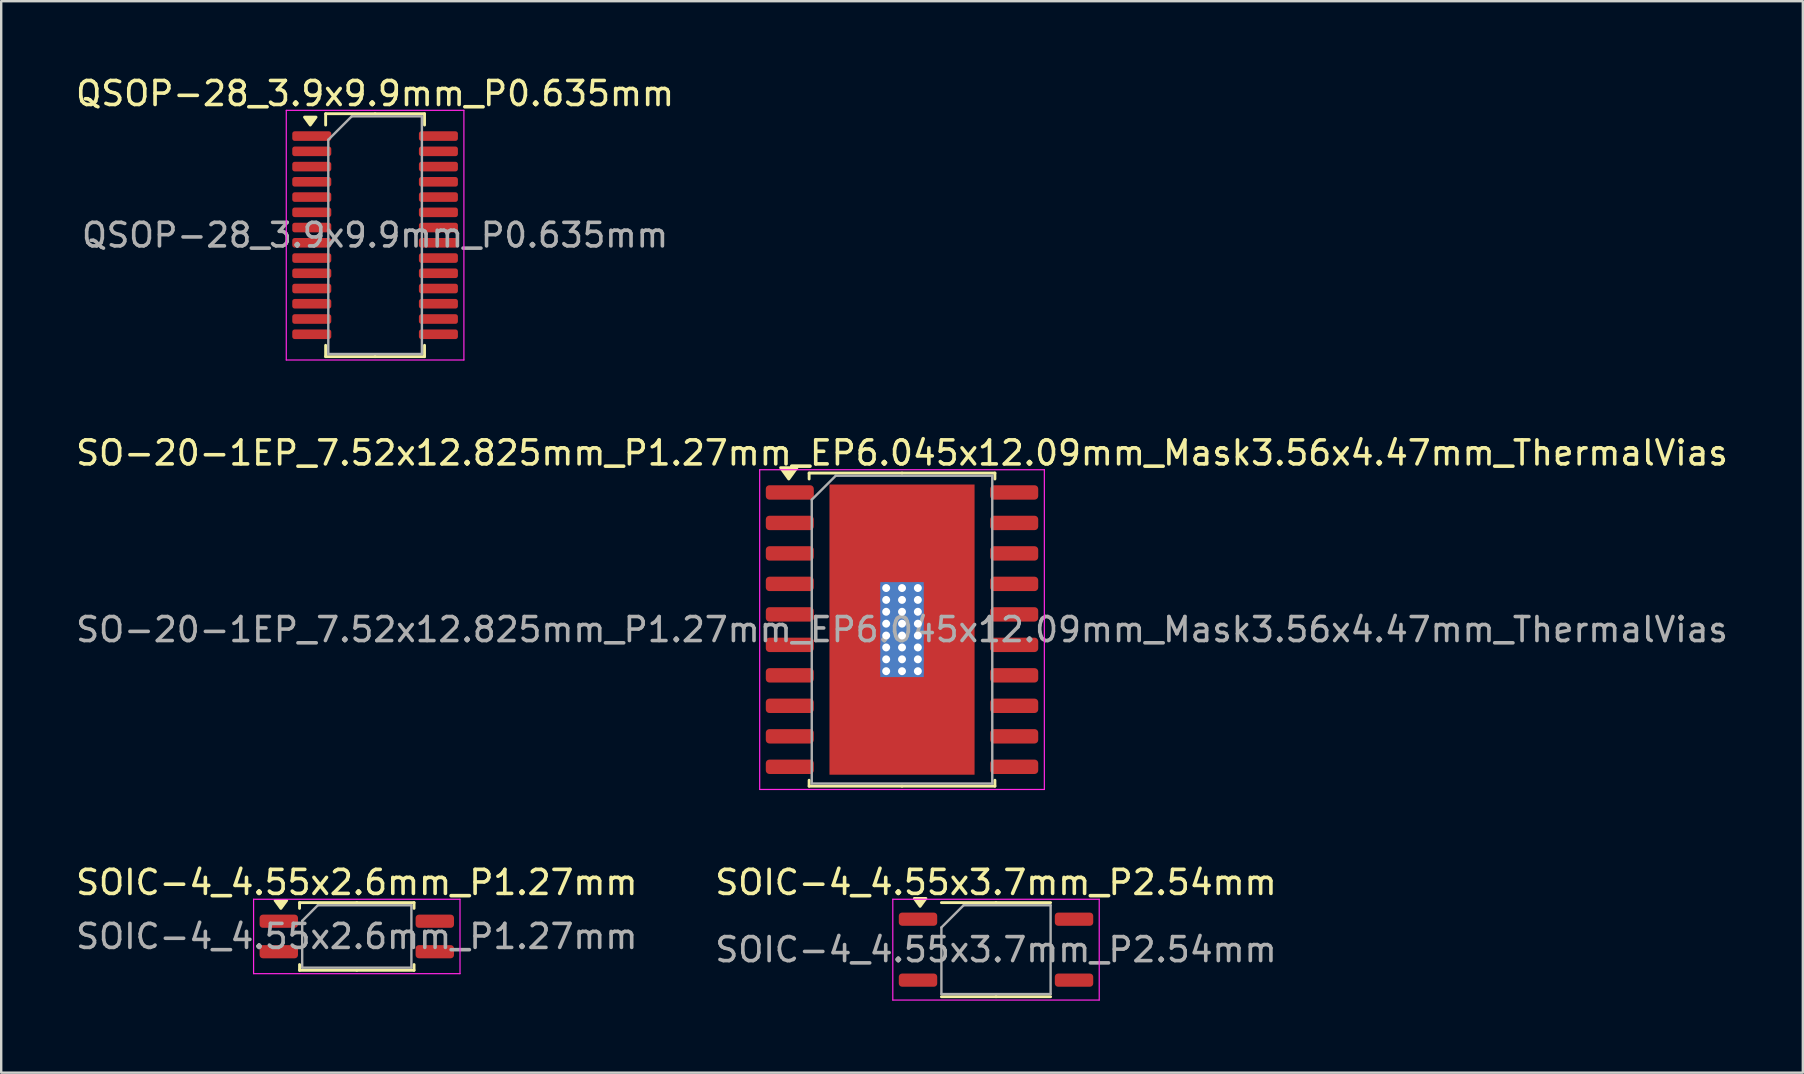
<source format=kicad_pcb>
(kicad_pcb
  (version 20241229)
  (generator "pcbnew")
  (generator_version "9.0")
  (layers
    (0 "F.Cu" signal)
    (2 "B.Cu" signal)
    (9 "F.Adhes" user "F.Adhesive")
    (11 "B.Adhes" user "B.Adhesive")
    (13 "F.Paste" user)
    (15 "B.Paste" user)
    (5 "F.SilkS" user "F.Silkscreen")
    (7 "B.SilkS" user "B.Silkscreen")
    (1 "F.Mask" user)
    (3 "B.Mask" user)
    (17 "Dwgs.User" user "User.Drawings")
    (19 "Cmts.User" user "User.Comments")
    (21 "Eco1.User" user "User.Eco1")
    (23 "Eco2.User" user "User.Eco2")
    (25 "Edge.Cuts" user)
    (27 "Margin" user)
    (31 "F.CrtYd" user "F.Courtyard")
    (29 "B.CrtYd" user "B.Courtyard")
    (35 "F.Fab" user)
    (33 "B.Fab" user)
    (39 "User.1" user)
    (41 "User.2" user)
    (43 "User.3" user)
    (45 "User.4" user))
  (footprint "SOIC-4_4.55x2.6mm_P1.27mm"
    (layer "F.Cu")
    (at 11.815 35.965)
    (property "Reference" "SOIC-4_4.55x2.6mm_P1.27mm" (at 0 -2.25 0) (layer "F.SilkS") (effects (font (size 1 1) (thickness 0.15))))
    (attr smd)
    (fp_line (start -2.385 -1.41) (end -2.385 -1.17) (stroke (width 0.12) (type solid)) (layer "F.SilkS"))
    (fp_line (start -2.385 1.41) (end -2.385 1.17) (stroke (width 0.12) (type solid)) (layer "F.SilkS"))
    (fp_line (start 0 -1.41) (end -2.385 -1.41) (stroke (width 0.12) (type solid)) (layer "F.SilkS"))
    (fp_line (start 0 -1.41) (end 2.385 -1.41) (stroke (width 0.12) (type solid)) (layer "F.SilkS"))
    (fp_line (start 0 1.41) (end -2.385 1.41) (stroke (width 0.12) (type solid)) (layer "F.SilkS"))
    (fp_line (start 0 1.41) (end 2.385 1.41) (stroke (width 0.12) (type solid)) (layer "F.SilkS"))
    (fp_line (start 2.385 -1.41) (end 2.385 -1.17) (stroke (width 0.12) (type solid)) (layer "F.SilkS"))
    (fp_line (start 2.385 1.41) (end 2.385 1.17) (stroke (width 0.12) (type solid)) (layer "F.SilkS"))
    (fp_poly (pts (xy -3.163 -1.17) (xy -3.402 -1.5) (xy -2.922 -1.5) (xy -3.163 -1.17)) (stroke (width 0.12) (type solid)) (fill yes) (layer "F.SilkS"))
    (fp_line (start -4.3 -1.55) (end -4.3 1.55) (stroke (width 0.05) (type solid)) (layer "F.CrtYd"))
    (fp_line (start -4.3 1.55) (end 4.3 1.55) (stroke (width 0.05) (type solid)) (layer "F.CrtYd"))
    (fp_line (start 4.3 -1.55) (end -4.3 -1.55) (stroke (width 0.05) (type solid)) (layer "F.CrtYd"))
    (fp_line (start 4.3 1.55) (end 4.3 -1.55) (stroke (width 0.05) (type solid)) (layer "F.CrtYd"))
    (fp_line (start -2.275 -0.65) (end -1.625 -1.3) (stroke (width 0.1) (type solid)) (layer "F.Fab"))
    (fp_line (start -2.275 1.3) (end -2.275 -0.65) (stroke (width 0.1) (type solid)) (layer "F.Fab"))
    (fp_line (start -1.625 -1.3) (end 2.275 -1.3) (stroke (width 0.1) (type solid)) (layer "F.Fab"))
    (fp_line (start 2.275 -1.3) (end 2.275 1.3) (stroke (width 0.1) (type solid)) (layer "F.Fab"))
    (fp_line (start 2.275 1.3) (end -2.275 1.3) (stroke (width 0.1) (type solid)) (layer "F.Fab"))
    (fp_text user "${REFERENCE}" (at 0 0 0) (layer "F.Fab") (effects (font (size 1 1) (thickness 0.15))))
    (pad "1" smd roundrect (at -3.25 -0.635) (size 1.6 0.55) (layers "F.Cu" "F.Mask" "F.Paste") (roundrect_rratio 0.25))
    (pad "2" smd roundrect (at -3.25 0.635) (size 1.6 0.55) (layers "F.Cu" "F.Mask" "F.Paste") (roundrect_rratio 0.25))
    (pad "3" smd roundrect (at 3.25 0.635) (size 1.6 0.55) (layers "F.Cu" "F.Mask" "F.Paste") (roundrect_rratio 0.25))
    (pad "4" smd roundrect (at 3.25 -0.635) (size 1.6 0.55) (layers "F.Cu" "F.Mask" "F.Paste") (roundrect_rratio 0.25)))
  (footprint "SO-20-1EP_7.52x12.825mm_P1.27mm_EP6.045x12.09mm_Mask3.56x4.47mm_ThermalVias"
    (layer "F.Cu")
    (at 34.53 23.181)
    (property "Reference" "SO-20-1EP_7.52x12.825mm_P1.27mm_EP6.045x12.09mm_Mask3.56x4.47mm_ThermalVias" (at 0 -7.36 0) (layer "F.SilkS") (effects (font (size 1 1) (thickness 0.15))))
    (attr smd)
    (fp_line (start -3.87 -6.522) (end -3.87 -6.275) (stroke (width 0.12) (type solid)) (layer "F.SilkS"))
    (fp_line (start -3.87 6.522) (end -3.87 6.275) (stroke (width 0.12) (type solid)) (layer "F.SilkS"))
    (fp_line (start 0 -6.522) (end -3.87 -6.522) (stroke (width 0.12) (type solid)) (layer "F.SilkS"))
    (fp_line (start 0 -6.522) (end 3.87 -6.522) (stroke (width 0.12) (type solid)) (layer "F.SilkS"))
    (fp_line (start 0 6.522) (end -3.87 6.522) (stroke (width 0.12) (type solid)) (layer "F.SilkS"))
    (fp_line (start 0 6.522) (end 3.87 6.522) (stroke (width 0.12) (type solid)) (layer "F.SilkS"))
    (fp_line (start 3.87 -6.522) (end 3.87 -6.275) (stroke (width 0.12) (type solid)) (layer "F.SilkS"))
    (fp_line (start 3.87 6.522) (end 3.87 6.275) (stroke (width 0.12) (type solid)) (layer "F.SilkS"))
    (fp_poly (pts (xy -4.718 -6.275) (xy -5.058 -6.745) (xy -4.378 -6.745) (xy -4.718 -6.275)) (stroke (width 0.12) (type solid)) (fill yes) (layer "F.SilkS"))
    (fp_line (start -5.93 -6.66) (end -5.93 6.66) (stroke (width 0.05) (type solid)) (layer "F.CrtYd"))
    (fp_line (start -5.93 6.66) (end 5.93 6.66) (stroke (width 0.05) (type solid)) (layer "F.CrtYd"))
    (fp_line (start 5.93 -6.66) (end -5.93 -6.66) (stroke (width 0.05) (type solid)) (layer "F.CrtYd"))
    (fp_line (start 5.93 6.66) (end 5.93 -6.66) (stroke (width 0.05) (type solid)) (layer "F.CrtYd"))
    (fp_line (start -3.76 -5.412) (end -2.76 -6.412) (stroke (width 0.1) (type solid)) (layer "F.Fab"))
    (fp_line (start -3.76 6.412) (end -3.76 -5.412) (stroke (width 0.1) (type solid)) (layer "F.Fab"))
    (fp_line (start -2.76 -6.412) (end 3.76 -6.412) (stroke (width 0.1) (type solid)) (layer "F.Fab"))
    (fp_line (start 3.76 -6.412) (end 3.76 6.412) (stroke (width 0.1) (type solid)) (layer "F.Fab"))
    (fp_line (start 3.76 6.412) (end -3.76 6.412) (stroke (width 0.1) (type solid)) (layer "F.Fab"))
    (fp_text user "${REFERENCE}" (at 0 0 0) (layer "F.Fab") (effects (font (size 1 1) (thickness 0.15))))
    (pad "" smd roundrect (at -0.89 -1.115) (size 1.54 1.94) (layers "F.Paste") (roundrect_rratio 0.162))
    (pad "" smd roundrect (at -0.89 1.115) (size 1.54 1.94) (layers "F.Paste") (roundrect_rratio 0.162))
    (pad "" smd rect (at 0 0) (size 3.56 4.47) (layers "F.Mask"))
    (pad "" smd roundrect (at 0.89 -1.115) (size 1.54 1.94) (layers "F.Paste") (roundrect_rratio 0.162))
    (pad "" smd roundrect (at 0.89 1.115) (size 1.54 1.94) (layers "F.Paste") (roundrect_rratio 0.162))
    (pad "1" smd roundrect (at -4.675 -5.715) (size 2 0.6) (layers "F.Cu" "F.Mask" "F.Paste") (roundrect_rratio 0.25))
    (pad "2" smd roundrect (at -4.675 -4.445) (size 2 0.6) (layers "F.Cu" "F.Mask" "F.Paste") (roundrect_rratio 0.25))
    (pad "3" smd roundrect (at -4.675 -3.175) (size 2 0.6) (layers "F.Cu" "F.Mask" "F.Paste") (roundrect_rratio 0.25))
    (pad "4" smd roundrect (at -4.675 -1.905) (size 2 0.6) (layers "F.Cu" "F.Mask" "F.Paste") (roundrect_rratio 0.25))
    (pad "5" smd roundrect (at -4.675 -0.635) (size 2 0.6) (layers "F.Cu" "F.Mask" "F.Paste") (roundrect_rratio 0.25))
    (pad "6" smd roundrect (at -4.675 0.635) (size 2 0.6) (layers "F.Cu" "F.Mask" "F.Paste") (roundrect_rratio 0.25))
    (pad "7" smd roundrect (at -4.675 1.905) (size 2 0.6) (layers "F.Cu" "F.Mask" "F.Paste") (roundrect_rratio 0.25))
    (pad "8" smd roundrect (at -4.675 3.175) (size 2 0.6) (layers "F.Cu" "F.Mask" "F.Paste") (roundrect_rratio 0.25))
    (pad "9" smd roundrect (at -4.675 4.445) (size 2 0.6) (layers "F.Cu" "F.Mask" "F.Paste") (roundrect_rratio 0.25))
    (pad "10" smd roundrect (at -4.675 5.715) (size 2 0.6) (layers "F.Cu" "F.Mask" "F.Paste") (roundrect_rratio 0.25))
    (pad "11" smd roundrect (at 4.675 5.715) (size 2 0.6) (layers "F.Cu" "F.Mask" "F.Paste") (roundrect_rratio 0.25))
    (pad "12" smd roundrect (at 4.675 4.445) (size 2 0.6) (layers "F.Cu" "F.Mask" "F.Paste") (roundrect_rratio 0.25))
    (pad "13" smd roundrect (at 4.675 3.175) (size 2 0.6) (layers "F.Cu" "F.Mask" "F.Paste") (roundrect_rratio 0.25))
    (pad "14" smd roundrect (at 4.675 1.905) (size 2 0.6) (layers "F.Cu" "F.Mask" "F.Paste") (roundrect_rratio 0.25))
    (pad "15" smd roundrect (at 4.675 0.635) (size 2 0.6) (layers "F.Cu" "F.Mask" "F.Paste") (roundrect_rratio 0.25))
    (pad "16" smd roundrect (at 4.675 -0.635) (size 2 0.6) (layers "F.Cu" "F.Mask" "F.Paste") (roundrect_rratio 0.25))
    (pad "17" smd roundrect (at 4.675 -1.905) (size 2 0.6) (layers "F.Cu" "F.Mask" "F.Paste") (roundrect_rratio 0.25))
    (pad "18" smd roundrect (at 4.675 -3.175) (size 2 0.6) (layers "F.Cu" "F.Mask" "F.Paste") (roundrect_rratio 0.25))
    (pad "19" smd roundrect (at 4.675 -4.445) (size 2 0.6) (layers "F.Cu" "F.Mask" "F.Paste") (roundrect_rratio 0.25))
    (pad "20" smd roundrect (at 4.675 -5.715) (size 2 0.6) (layers "F.Cu" "F.Mask" "F.Paste") (roundrect_rratio 0.25))
    (pad "21" thru_hole circle (at -0.66 -1.732) (size 0.49 0.49) (drill 0.33) (property pad_prop_heatsink) (layers "*.Cu"))
    (pad "21" thru_hole circle (at -0.66 -1.238) (size 0.49 0.49) (drill 0.33) (property pad_prop_heatsink) (layers "*.Cu"))
    (pad "21" thru_hole circle (at -0.66 -0.743) (size 0.49 0.49) (drill 0.33) (property pad_prop_heatsink) (layers "*.Cu"))
    (pad "21" thru_hole circle (at -0.66 -0.247) (size 0.49 0.49) (drill 0.33) (property pad_prop_heatsink) (layers "*.Cu"))
    (pad "21" thru_hole circle (at -0.66 0.247) (size 0.49 0.49) (drill 0.33) (property pad_prop_heatsink) (layers "*.Cu"))
    (pad "21" thru_hole circle (at -0.66 0.743) (size 0.49 0.49) (drill 0.33) (property pad_prop_heatsink) (layers "*.Cu"))
    (pad "21" thru_hole circle (at -0.66 1.238) (size 0.49 0.49) (drill 0.33) (property pad_prop_heatsink) (layers "*.Cu"))
    (pad "21" thru_hole circle (at -0.66 1.732) (size 0.49 0.49) (drill 0.33) (property pad_prop_heatsink) (layers "*.Cu"))
    (pad "21" thru_hole circle (at 0 -1.732) (size 0.49 0.49) (drill 0.33) (property pad_prop_heatsink) (layers "*.Cu"))
    (pad "21" thru_hole circle (at 0 -1.238) (size 0.49 0.49) (drill 0.33) (property pad_prop_heatsink) (layers "*.Cu"))
    (pad "21" thru_hole circle (at 0 -0.743) (size 0.49 0.49) (drill 0.33) (property pad_prop_heatsink) (layers "*.Cu"))
    (pad "21" thru_hole circle (at 0 -0.247) (size 0.49 0.49) (drill 0.33) (property pad_prop_heatsink) (layers "*.Cu"))
    (pad "21" smd rect (at 0 0) (size 1.81 3.955) (property pad_prop_heatsink) (layers "B.Cu"))
    (pad "21" smd rect (at 0 0) (size 6.045 12.09) (property pad_prop_heatsink) (layers "F.Cu"))
    (pad "21" thru_hole circle (at 0 0.247) (size 0.49 0.49) (drill 0.33) (property pad_prop_heatsink) (layers "*.Cu"))
    (pad "21" thru_hole circle (at 0 0.743) (size 0.49 0.49) (drill 0.33) (property pad_prop_heatsink) (layers "*.Cu"))
    (pad "21" thru_hole circle (at 0 1.238) (size 0.49 0.49) (drill 0.33) (property pad_prop_heatsink) (layers "*.Cu"))
    (pad "21" thru_hole circle (at 0 1.732) (size 0.49 0.49) (drill 0.33) (property pad_prop_heatsink) (layers "*.Cu"))
    (pad "21" thru_hole circle (at 0.66 -1.732) (size 0.49 0.49) (drill 0.33) (property pad_prop_heatsink) (layers "*.Cu"))
    (pad "21" thru_hole circle (at 0.66 -1.238) (size 0.49 0.49) (drill 0.33) (property pad_prop_heatsink) (layers "*.Cu"))
    (pad "21" thru_hole circle (at 0.66 -0.743) (size 0.49 0.49) (drill 0.33) (property pad_prop_heatsink) (layers "*.Cu"))
    (pad "21" thru_hole circle (at 0.66 -0.247) (size 0.49 0.49) (drill 0.33) (property pad_prop_heatsink) (layers "*.Cu"))
    (pad "21" thru_hole circle (at 0.66 0.247) (size 0.49 0.49) (drill 0.33) (property pad_prop_heatsink) (layers "*.Cu"))
    (pad "21" thru_hole circle (at 0.66 0.743) (size 0.49 0.49) (drill 0.33) (property pad_prop_heatsink) (layers "*.Cu"))
    (pad "21" thru_hole circle (at 0.66 1.238) (size 0.49 0.49) (drill 0.33) (property pad_prop_heatsink) (layers "*.Cu"))
    (pad "21" thru_hole circle (at 0.66 1.732) (size 0.49 0.49) (drill 0.33) (property pad_prop_heatsink) (layers "*.Cu")))
  (footprint "SOIC-4_4.55x3.7mm_P2.54mm"
    (layer "F.Cu")
    (at 38.446 36.515)
    (property "Reference" "SOIC-4_4.55x3.7mm_P2.54mm" (at 0 -2.8 0) (layer "F.SilkS") (effects (font (size 1 1) (thickness 0.15))))
    (attr smd)
    (fp_line (start 0 -1.96) (end -2.275 -1.96) (stroke (width 0.12) (type solid)) (layer "F.SilkS"))
    (fp_line (start 0 -1.96) (end 2.275 -1.96) (stroke (width 0.12) (type solid)) (layer "F.SilkS"))
    (fp_line (start 0 1.96) (end -2.275 1.96) (stroke (width 0.12) (type solid)) (layer "F.SilkS"))
    (fp_line (start 0 1.96) (end 2.275 1.96) (stroke (width 0.12) (type solid)) (layer "F.SilkS"))
    (fp_poly (pts (xy -3.163 -1.805) (xy -3.402 -2.135) (xy -2.922 -2.135) (xy -3.163 -1.805)) (stroke (width 0.12) (type solid)) (fill yes) (layer "F.SilkS"))
    (fp_line (start -4.3 -2.1) (end -4.3 2.1) (stroke (width 0.05) (type solid)) (layer "F.CrtYd"))
    (fp_line (start -4.3 2.1) (end 4.3 2.1) (stroke (width 0.05) (type solid)) (layer "F.CrtYd"))
    (fp_line (start 4.3 -2.1) (end -4.3 -2.1) (stroke (width 0.05) (type solid)) (layer "F.CrtYd"))
    (fp_line (start 4.3 2.1) (end 4.3 -2.1) (stroke (width 0.05) (type solid)) (layer "F.CrtYd"))
    (fp_line (start -2.275 -0.925) (end -1.35 -1.85) (stroke (width 0.1) (type solid)) (layer "F.Fab"))
    (fp_line (start -2.275 1.85) (end -2.275 -0.925) (stroke (width 0.1) (type solid)) (layer "F.Fab"))
    (fp_line (start -1.35 -1.85) (end 2.275 -1.85) (stroke (width 0.1) (type solid)) (layer "F.Fab"))
    (fp_line (start 2.275 -1.85) (end 2.275 1.85) (stroke (width 0.1) (type solid)) (layer "F.Fab"))
    (fp_line (start 2.275 1.85) (end -2.275 1.85) (stroke (width 0.1) (type solid)) (layer "F.Fab"))
    (fp_text user "${REFERENCE}" (at 0 0 0) (layer "F.Fab") (effects (font (size 1 1) (thickness 0.15))))
    (pad "1" smd roundrect (at -3.25 -1.27) (size 1.6 0.55) (layers "F.Cu" "F.Mask" "F.Paste") (roundrect_rratio 0.25))
    (pad "3" smd roundrect (at -3.25 1.27) (size 1.6 0.55) (layers "F.Cu" "F.Mask" "F.Paste") (roundrect_rratio 0.25))
    (pad "4" smd roundrect (at 3.25 1.27) (size 1.6 0.55) (layers "F.Cu" "F.Mask" "F.Paste") (roundrect_rratio 0.25))
    (pad "6" smd roundrect (at 3.25 -1.27) (size 1.6 0.55) (layers "F.Cu" "F.Mask" "F.Paste") (roundrect_rratio 0.25)))
  (footprint "QSOP-28_3.9x9.9mm_P0.635mm"
    (layer "F.Cu")
    (at 12.577 6.748)
    (property "Reference" "QSOP-28_3.9x9.9mm_P0.635mm" (at 0 -5.9 0) (layer "F.SilkS") (effects (font (size 1 1) (thickness 0.15))))
    (attr smd)
    (fp_line (start -2.06 -5.06) (end -2.06 -4.588) (stroke (width 0.12) (type solid)) (layer "F.SilkS"))
    (fp_line (start -2.06 5.06) (end -2.06 4.588) (stroke (width 0.12) (type solid)) (layer "F.SilkS"))
    (fp_line (start 0 -5.06) (end -2.06 -5.06) (stroke (width 0.12) (type solid)) (layer "F.SilkS"))
    (fp_line (start 0 -5.06) (end 2.06 -5.06) (stroke (width 0.12) (type solid)) (layer "F.SilkS"))
    (fp_line (start 0 5.06) (end -2.06 5.06) (stroke (width 0.12) (type solid)) (layer "F.SilkS"))
    (fp_line (start 0 5.06) (end 2.06 5.06) (stroke (width 0.12) (type solid)) (layer "F.SilkS"))
    (fp_line (start 2.06 -5.06) (end 2.06 -4.588) (stroke (width 0.12) (type solid)) (layer "F.SilkS"))
    (fp_line (start 2.06 5.06) (end 2.06 4.588) (stroke (width 0.12) (type solid)) (layer "F.SilkS"))
    (fp_poly (pts (xy -2.7 -4.588) (xy -2.94 -4.918) (xy -2.46 -4.918) (xy -2.7 -4.588)) (stroke (width 0.12) (type solid)) (fill yes) (layer "F.SilkS"))
    (fp_line (start -3.7 -5.2) (end -3.7 5.2) (stroke (width 0.05) (type solid)) (layer "F.CrtYd"))
    (fp_line (start -3.7 5.2) (end 3.7 5.2) (stroke (width 0.05) (type solid)) (layer "F.CrtYd"))
    (fp_line (start 3.7 -5.2) (end -3.7 -5.2) (stroke (width 0.05) (type solid)) (layer "F.CrtYd"))
    (fp_line (start 3.7 5.2) (end 3.7 -5.2) (stroke (width 0.05) (type solid)) (layer "F.CrtYd"))
    (fp_line (start -1.95 -3.975) (end -0.975 -4.95) (stroke (width 0.1) (type solid)) (layer "F.Fab"))
    (fp_line (start -1.95 4.95) (end -1.95 -3.975) (stroke (width 0.1) (type solid)) (layer "F.Fab"))
    (fp_line (start -0.975 -4.95) (end 1.95 -4.95) (stroke (width 0.1) (type solid)) (layer "F.Fab"))
    (fp_line (start 1.95 -4.95) (end 1.95 4.95) (stroke (width 0.1) (type solid)) (layer "F.Fab"))
    (fp_line (start 1.95 4.95) (end -1.95 4.95) (stroke (width 0.1) (type solid)) (layer "F.Fab"))
    (fp_text user "${REFERENCE}" (at 0 0 0) (layer "F.Fab") (effects (font (size 0.98 0.98) (thickness 0.15))))
    (pad "1" smd roundrect (at -2.638 -4.128) (size 1.625 0.4) (layers "F.Cu" "F.Mask" "F.Paste") (roundrect_rratio 0.25))
    (pad "2" smd roundrect (at -2.638 -3.493) (size 1.625 0.4) (layers "F.Cu" "F.Mask" "F.Paste") (roundrect_rratio 0.25))
    (pad "3" smd roundrect (at -2.638 -2.857) (size 1.625 0.4) (layers "F.Cu" "F.Mask" "F.Paste") (roundrect_rratio 0.25))
    (pad "4" smd roundrect (at -2.638 -2.223) (size 1.625 0.4) (layers "F.Cu" "F.Mask" "F.Paste") (roundrect_rratio 0.25))
    (pad "5" smd roundrect (at -2.638 -1.587) (size 1.625 0.4) (layers "F.Cu" "F.Mask" "F.Paste") (roundrect_rratio 0.25))
    (pad "6" smd roundrect (at -2.638 -0.953) (size 1.625 0.4) (layers "F.Cu" "F.Mask" "F.Paste") (roundrect_rratio 0.25))
    (pad "7" smd roundrect (at -2.638 -0.318) (size 1.625 0.4) (layers "F.Cu" "F.Mask" "F.Paste") (roundrect_rratio 0.25))
    (pad "8" smd roundrect (at -2.638 0.318) (size 1.625 0.4) (layers "F.Cu" "F.Mask" "F.Paste") (roundrect_rratio 0.25))
    (pad "9" smd roundrect (at -2.638 0.953) (size 1.625 0.4) (layers "F.Cu" "F.Mask" "F.Paste") (roundrect_rratio 0.25))
    (pad "10" smd roundrect (at -2.638 1.587) (size 1.625 0.4) (layers "F.Cu" "F.Mask" "F.Paste") (roundrect_rratio 0.25))
    (pad "11" smd roundrect (at -2.638 2.223) (size 1.625 0.4) (layers "F.Cu" "F.Mask" "F.Paste") (roundrect_rratio 0.25))
    (pad "12" smd roundrect (at -2.638 2.857) (size 1.625 0.4) (layers "F.Cu" "F.Mask" "F.Paste") (roundrect_rratio 0.25))
    (pad "13" smd roundrect (at -2.638 3.493) (size 1.625 0.4) (layers "F.Cu" "F.Mask" "F.Paste") (roundrect_rratio 0.25))
    (pad "14" smd roundrect (at -2.638 4.128) (size 1.625 0.4) (layers "F.Cu" "F.Mask" "F.Paste") (roundrect_rratio 0.25))
    (pad "15" smd roundrect (at 2.638 4.128) (size 1.625 0.4) (layers "F.Cu" "F.Mask" "F.Paste") (roundrect_rratio 0.25))
    (pad "16" smd roundrect (at 2.638 3.493) (size 1.625 0.4) (layers "F.Cu" "F.Mask" "F.Paste") (roundrect_rratio 0.25))
    (pad "17" smd roundrect (at 2.638 2.857) (size 1.625 0.4) (layers "F.Cu" "F.Mask" "F.Paste") (roundrect_rratio 0.25))
    (pad "18" smd roundrect (at 2.638 2.223) (size 1.625 0.4) (layers "F.Cu" "F.Mask" "F.Paste") (roundrect_rratio 0.25))
    (pad "19" smd roundrect (at 2.638 1.587) (size 1.625 0.4) (layers "F.Cu" "F.Mask" "F.Paste") (roundrect_rratio 0.25))
    (pad "20" smd roundrect (at 2.638 0.953) (size 1.625 0.4) (layers "F.Cu" "F.Mask" "F.Paste") (roundrect_rratio 0.25))
    (pad "21" smd roundrect (at 2.638 0.318) (size 1.625 0.4) (layers "F.Cu" "F.Mask" "F.Paste") (roundrect_rratio 0.25))
    (pad "22" smd roundrect (at 2.638 -0.318) (size 1.625 0.4) (layers "F.Cu" "F.Mask" "F.Paste") (roundrect_rratio 0.25))
    (pad "23" smd roundrect (at 2.638 -0.953) (size 1.625 0.4) (layers "F.Cu" "F.Mask" "F.Paste") (roundrect_rratio 0.25))
    (pad "24" smd roundrect (at 2.638 -1.587) (size 1.625 0.4) (layers "F.Cu" "F.Mask" "F.Paste") (roundrect_rratio 0.25))
    (pad "25" smd roundrect (at 2.638 -2.223) (size 1.625 0.4) (layers "F.Cu" "F.Mask" "F.Paste") (roundrect_rratio 0.25))
    (pad "26" smd roundrect (at 2.638 -2.857) (size 1.625 0.4) (layers "F.Cu" "F.Mask" "F.Paste") (roundrect_rratio 0.25))
    (pad "27" smd roundrect (at 2.638 -3.493) (size 1.625 0.4) (layers "F.Cu" "F.Mask" "F.Paste") (roundrect_rratio 0.25))
    (pad "28" smd roundrect (at 2.638 -4.128) (size 1.625 0.4) (layers "F.Cu" "F.Mask" "F.Paste") (roundrect_rratio 0.25)))
  (gr_rect
    (start -3 -3)
    (end 72.06 41.64)
    (stroke (width 0.1) (type default))
    (fill no)
    (layer "Edge.Cuts")))
</source>
